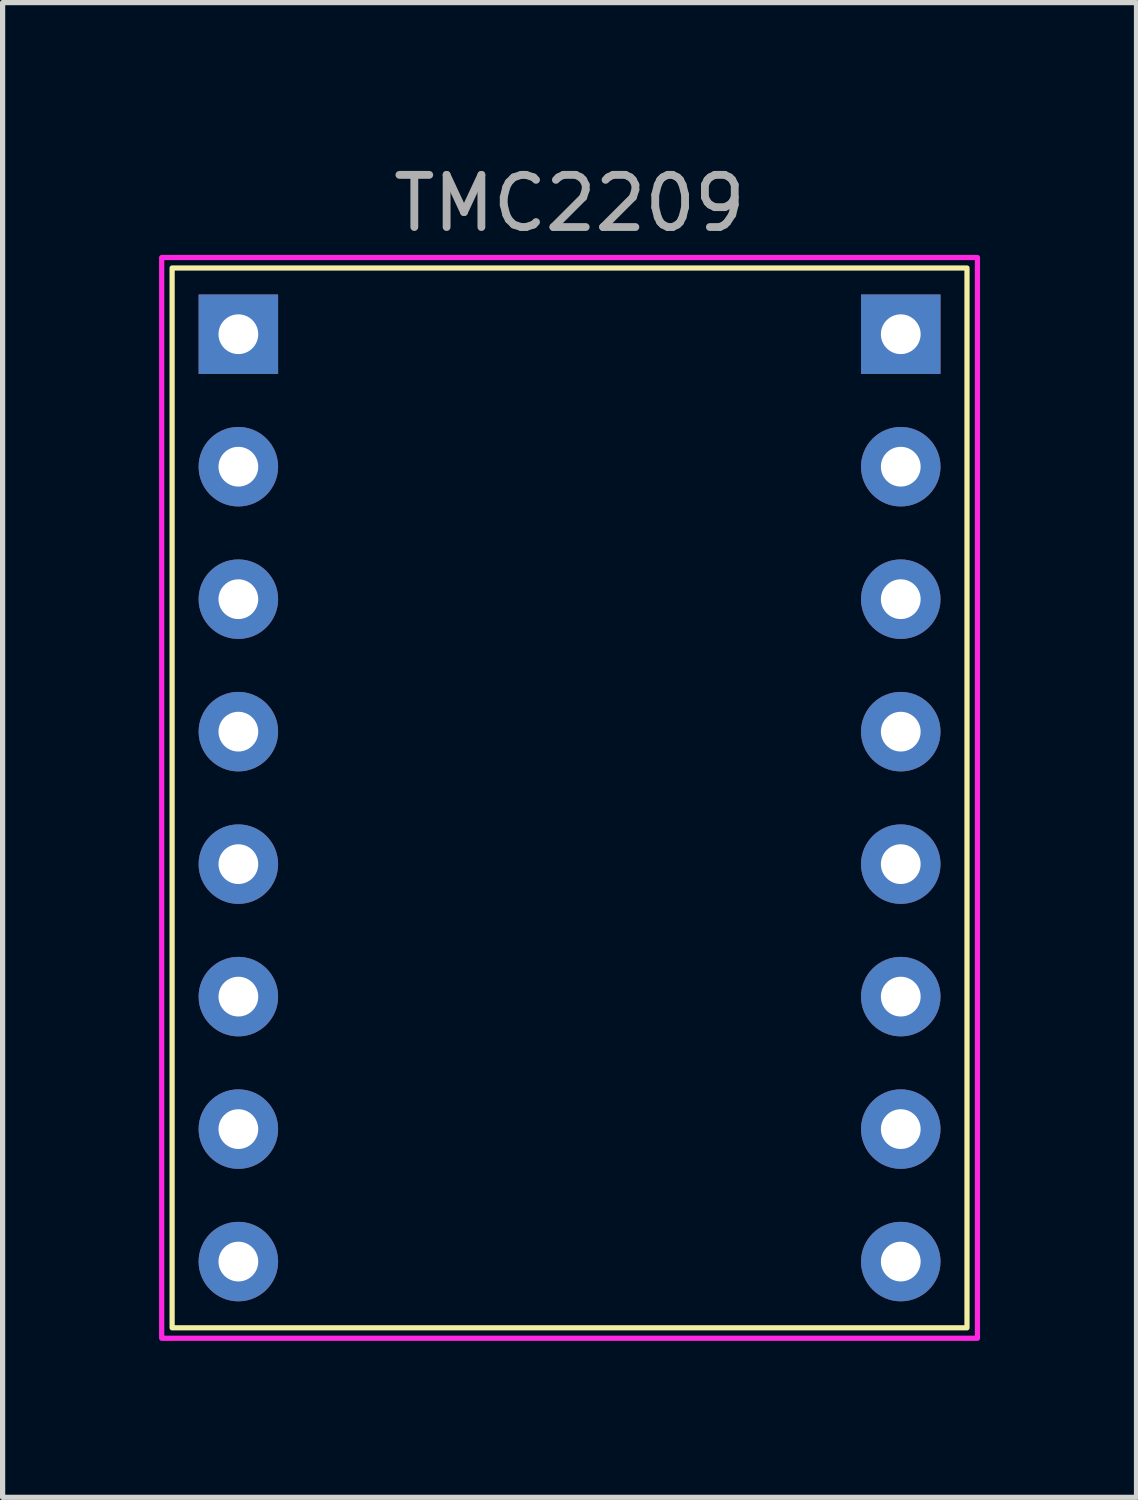
<source format=kicad_pcb>
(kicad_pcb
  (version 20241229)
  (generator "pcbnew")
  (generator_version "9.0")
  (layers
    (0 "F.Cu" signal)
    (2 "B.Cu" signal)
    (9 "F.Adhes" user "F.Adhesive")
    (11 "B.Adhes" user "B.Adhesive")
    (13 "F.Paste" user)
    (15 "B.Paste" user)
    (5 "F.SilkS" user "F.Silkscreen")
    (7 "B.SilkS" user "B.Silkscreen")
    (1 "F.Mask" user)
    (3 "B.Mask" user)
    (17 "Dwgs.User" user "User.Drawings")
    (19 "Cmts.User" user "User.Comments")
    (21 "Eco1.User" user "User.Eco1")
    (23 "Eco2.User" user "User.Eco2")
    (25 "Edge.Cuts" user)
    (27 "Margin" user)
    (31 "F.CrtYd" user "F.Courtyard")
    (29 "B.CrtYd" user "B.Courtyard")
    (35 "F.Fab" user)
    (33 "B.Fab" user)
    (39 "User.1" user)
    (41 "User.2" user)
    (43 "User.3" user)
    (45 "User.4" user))
  (footprint "TMC2209"
    (layer "F.Cu")
    (at 7.87 12.248)
    (property "Reference" "TMC2209" (at 0 -11.4 0) (unlocked yes) (layer "F.SilkS") (effects (font (size 1 1) (thickness 0.1))))
    (attr through_hole)
    (fp_rect (start -7.62 -10.16) (end 7.62 10.16) (stroke (width 0.1) (type default)) (fill no) (layer "F.SilkS"))
    (fp_rect (start -7.82 -10.36) (end 7.82 10.36) (stroke (width 0.1) (type default)) (fill no) (layer "F.CrtYd"))
    (fp_text user "${REFERENCE}" (at 0 -11.4 0) (unlocked yes) (layer "F.Fab") (effects (font (size 1 1) (thickness 0.15))))
    (pad "1" thru_hole rect (at 6.35 -8.89) (size 1.524 1.524) (drill 0.762) (layers "*.Cu" "*.Mask"))
    (pad "2" thru_hole circle (at 6.35 -6.35) (size 1.524 1.524) (drill 0.762) (layers "*.Cu" "*.Mask"))
    (pad "2" thru_hole circle (at 6.35 8.89) (size 1.524 1.524) (drill 0.762) (layers "*.Cu" "*.Mask"))
    (pad "3" thru_hole circle (at 6.35 -3.81) (size 1.524 1.524) (drill 0.762) (layers "*.Cu" "*.Mask"))
    (pad "4" thru_hole circle (at 6.35 -1.27) (size 1.524 1.524) (drill 0.762) (layers "*.Cu" "*.Mask"))
    (pad "5" thru_hole circle (at 6.35 1.27) (size 1.524 1.524) (drill 0.762) (layers "*.Cu" "*.Mask"))
    (pad "6" thru_hole circle (at 6.35 3.81) (size 1.524 1.524) (drill 0.762) (layers "*.Cu" "*.Mask"))
    (pad "7" thru_hole circle (at 6.35 6.35) (size 1.524 1.524) (drill 0.762) (layers "*.Cu" "*.Mask"))
    (pad "8" thru_hole rect (at -6.35 -8.89) (size 1.524 1.524) (drill 0.762) (layers "*.Cu" "*.Mask"))
    (pad "9" thru_hole circle (at -6.35 -6.35) (size 1.524 1.524) (drill 0.762) (layers "*.Cu" "*.Mask"))
    (pad "10" thru_hole circle (at -6.35 -3.81) (size 1.524 1.524) (drill 0.762) (layers "*.Cu" "*.Mask"))
    (pad "11" thru_hole circle (at -6.35 -1.27) (size 1.524 1.524) (drill 0.762) (layers "*.Cu" "*.Mask"))
    (pad "12" thru_hole circle (at -6.35 1.27) (size 1.524 1.524) (drill 0.762) (layers "*.Cu" "*.Mask"))
    (pad "13" thru_hole circle (at -6.35 3.81) (size 1.524 1.524) (drill 0.762) (layers "*.Cu" "*.Mask"))
    (pad "14" thru_hole circle (at -6.35 6.35) (size 1.524 1.524) (drill 0.762) (layers "*.Cu" "*.Mask"))
    (pad "15" thru_hole circle (at -6.35 8.89) (size 1.524 1.524) (drill 0.762) (layers "*.Cu" "*.Mask")))
  (gr_rect
    (start -3 -3)
    (end 18.74 25.658)
    (stroke (width 0.1) (type default))
    (fill no)
    (layer "Edge.Cuts")))
</source>
